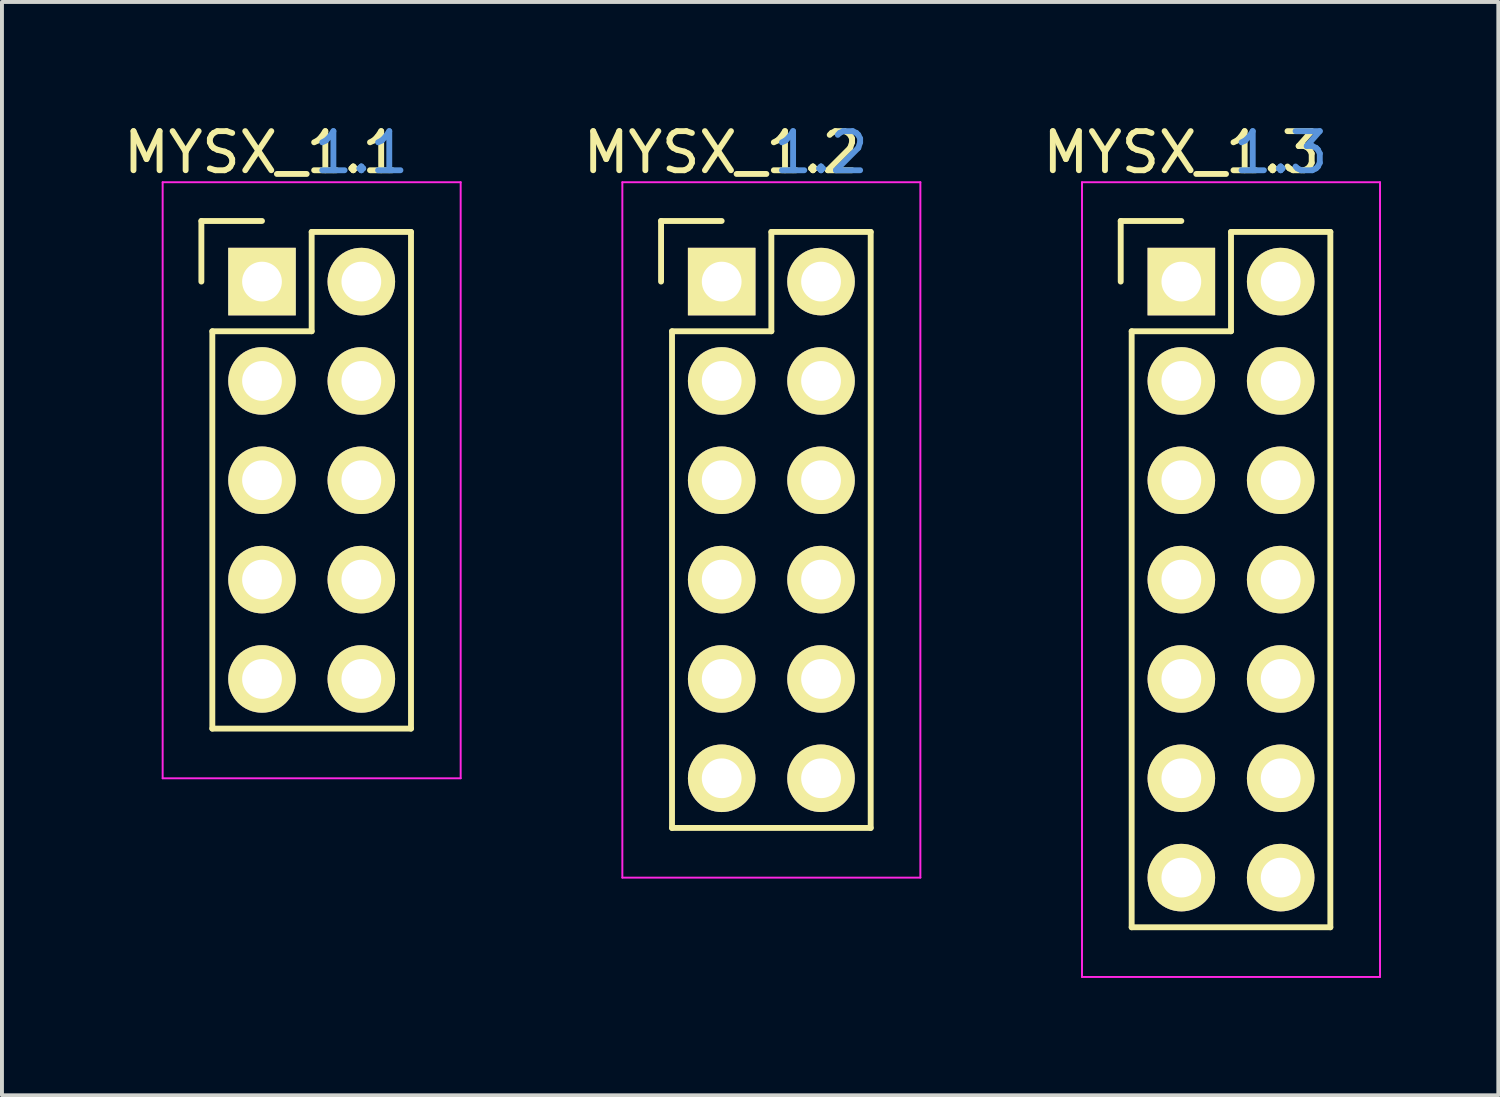
<source format=kicad_pcb>
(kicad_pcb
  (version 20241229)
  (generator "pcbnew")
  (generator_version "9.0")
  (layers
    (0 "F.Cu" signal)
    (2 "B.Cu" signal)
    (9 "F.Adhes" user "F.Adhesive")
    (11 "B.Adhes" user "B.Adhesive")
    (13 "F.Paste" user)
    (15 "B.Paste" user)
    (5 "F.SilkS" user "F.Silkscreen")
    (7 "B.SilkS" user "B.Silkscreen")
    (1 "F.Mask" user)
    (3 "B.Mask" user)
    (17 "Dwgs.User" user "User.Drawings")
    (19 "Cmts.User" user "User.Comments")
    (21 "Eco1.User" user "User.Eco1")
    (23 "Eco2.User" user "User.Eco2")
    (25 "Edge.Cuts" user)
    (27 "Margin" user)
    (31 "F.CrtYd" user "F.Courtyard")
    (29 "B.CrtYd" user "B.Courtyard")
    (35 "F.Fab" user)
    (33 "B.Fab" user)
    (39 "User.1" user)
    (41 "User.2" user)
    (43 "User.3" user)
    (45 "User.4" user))
  (footprint "MYSX_1.3"
    (layer "F.Cu")
    (at 27.156 4.15)
    (property "Reference" "MYSX_1.3" (at 0 -3.302 0) (layer "F.SilkS") (effects (font (size 1 1) (thickness 0.15))))
    (attr through_hole)
    (fp_line (start -1.55 -1.55) (end -1.55 0) (stroke (width 0.15) (type solid)) (layer "F.SilkS"))
    (fp_line (start -1.27 1.27) (end -1.27 16.51) (stroke (width 0.15) (type solid)) (layer "F.SilkS"))
    (fp_line (start -1.27 16.51) (end 3.81 16.51) (stroke (width 0.15) (type solid)) (layer "F.SilkS"))
    (fp_line (start 0 -1.55) (end -1.55 -1.55) (stroke (width 0.15) (type solid)) (layer "F.SilkS"))
    (fp_line (start 1.27 -1.27) (end 1.27 1.27) (stroke (width 0.15) (type solid)) (layer "F.SilkS"))
    (fp_line (start 1.27 1.27) (end -1.27 1.27) (stroke (width 0.15) (type solid)) (layer "F.SilkS"))
    (fp_line (start 3.81 -1.27) (end 1.27 -1.27) (stroke (width 0.15) (type solid)) (layer "F.SilkS"))
    (fp_line (start 3.81 16.51) (end 3.81 -1.27) (stroke (width 0.15) (type solid)) (layer "F.SilkS"))
    (fp_line (start -2.54 -2.54) (end -2.54 17.78) (stroke (width 0.05) (type solid)) (layer "F.CrtYd"))
    (fp_line (start -2.54 -2.54) (end 5.08 -2.54) (stroke (width 0.05) (type solid)) (layer "F.CrtYd"))
    (fp_line (start -2.54 17.78) (end 5.08 17.78) (stroke (width 0.05) (type solid)) (layer "F.CrtYd"))
    (fp_line (start 5.08 -2.54) (end 5.08 17.78) (stroke (width 0.05) (type solid)) (layer "F.CrtYd"))
    (fp_text user "1.3" (at 2.54 -3.302 0) (layer "Cmts.User") (effects (font (size 1 1) (thickness 0.15))))
    (pad "1" thru_hole rect (at 0 0) (size 1.727 1.727) (drill 1.016) (layers "*.Cu" "*.Mask" "F.SilkS"))
    (pad "2" thru_hole oval (at 2.54 0) (size 1.727 1.727) (drill 1.016) (layers "*.Cu" "*.Mask" "F.SilkS"))
    (pad "3" thru_hole oval (at 0 2.54) (size 1.727 1.727) (drill 1.016) (layers "*.Cu" "*.Mask" "F.SilkS"))
    (pad "4" thru_hole oval (at 2.54 2.54) (size 1.727 1.727) (drill 1.016) (layers "*.Cu" "*.Mask" "F.SilkS"))
    (pad "5" thru_hole oval (at 0 5.08) (size 1.727 1.727) (drill 1.016) (layers "*.Cu" "*.Mask" "F.SilkS"))
    (pad "6" thru_hole oval (at 2.54 5.08) (size 1.727 1.727) (drill 1.016) (layers "*.Cu" "*.Mask" "F.SilkS"))
    (pad "7" thru_hole oval (at 0 7.62) (size 1.727 1.727) (drill 1.016) (layers "*.Cu" "*.Mask" "F.SilkS"))
    (pad "8" thru_hole oval (at 2.54 7.62) (size 1.727 1.727) (drill 1.016) (layers "*.Cu" "*.Mask" "F.SilkS"))
    (pad "9" thru_hole oval (at 0 10.16) (size 1.727 1.727) (drill 1.016) (layers "*.Cu" "*.Mask" "F.SilkS"))
    (pad "10" thru_hole oval (at 2.54 10.16) (size 1.727 1.727) (drill 1.016) (layers "*.Cu" "*.Mask" "F.SilkS"))
    (pad "11" thru_hole oval (at 0 12.7) (size 1.727 1.727) (drill 1.016) (layers "*.Cu" "*.Mask" "F.SilkS"))
    (pad "12" thru_hole oval (at 2.54 12.7) (size 1.727 1.727) (drill 1.016) (layers "*.Cu" "*.Mask" "F.SilkS"))
    (pad "13" thru_hole oval (at 0 15.24) (size 1.727 1.727) (drill 1.016) (layers "*.Cu" "*.Mask" "F.SilkS"))
    (pad "14" thru_hole oval (at 2.54 15.24) (size 1.727 1.727) (drill 1.016) (layers "*.Cu" "*.Mask" "F.SilkS")))
  (footprint "MYSX_1.2"
    (layer "F.Cu")
    (at 15.403 4.15)
    (property "Reference" "MYSX_1.2" (at 0 -3.302 0) (layer "F.SilkS") (effects (font (size 1 1) (thickness 0.15))))
    (attr through_hole)
    (fp_line (start -1.55 -1.55) (end -1.55 0) (stroke (width 0.15) (type solid)) (layer "F.SilkS"))
    (fp_line (start -1.27 1.27) (end -1.27 13.97) (stroke (width 0.15) (type solid)) (layer "F.SilkS"))
    (fp_line (start -1.27 13.97) (end 3.81 13.97) (stroke (width 0.15) (type solid)) (layer "F.SilkS"))
    (fp_line (start 0 -1.55) (end -1.55 -1.55) (stroke (width 0.15) (type solid)) (layer "F.SilkS"))
    (fp_line (start 1.27 -1.27) (end 1.27 1.27) (stroke (width 0.15) (type solid)) (layer "F.SilkS"))
    (fp_line (start 1.27 1.27) (end -1.27 1.27) (stroke (width 0.15) (type solid)) (layer "F.SilkS"))
    (fp_line (start 3.81 -1.27) (end 1.27 -1.27) (stroke (width 0.15) (type solid)) (layer "F.SilkS"))
    (fp_line (start 3.81 13.97) (end 3.81 -1.27) (stroke (width 0.15) (type solid)) (layer "F.SilkS"))
    (fp_line (start -2.54 -2.54) (end -2.54 15.24) (stroke (width 0.05) (type solid)) (layer "F.CrtYd"))
    (fp_line (start -2.54 -2.54) (end 5.08 -2.54) (stroke (width 0.05) (type solid)) (layer "F.CrtYd"))
    (fp_line (start -2.54 15.24) (end 5.08 15.24) (stroke (width 0.05) (type solid)) (layer "F.CrtYd"))
    (fp_line (start 5.08 -2.54) (end 5.08 15.24) (stroke (width 0.05) (type solid)) (layer "F.CrtYd"))
    (fp_text user "1.2" (at 2.54 -3.302 0) (layer "Cmts.User") (effects (font (size 1 1) (thickness 0.15))))
    (pad "1" thru_hole rect (at 0 0) (size 1.727 1.727) (drill 1.016) (layers "*.Cu" "*.Mask" "F.SilkS"))
    (pad "2" thru_hole oval (at 2.54 0) (size 1.727 1.727) (drill 1.016) (layers "*.Cu" "*.Mask" "F.SilkS"))
    (pad "3" thru_hole oval (at 0 2.54) (size 1.727 1.727) (drill 1.016) (layers "*.Cu" "*.Mask" "F.SilkS"))
    (pad "4" thru_hole oval (at 2.54 2.54) (size 1.727 1.727) (drill 1.016) (layers "*.Cu" "*.Mask" "F.SilkS"))
    (pad "5" thru_hole oval (at 0 5.08) (size 1.727 1.727) (drill 1.016) (layers "*.Cu" "*.Mask" "F.SilkS"))
    (pad "6" thru_hole oval (at 2.54 5.08) (size 1.727 1.727) (drill 1.016) (layers "*.Cu" "*.Mask" "F.SilkS"))
    (pad "7" thru_hole oval (at 0 7.62) (size 1.727 1.727) (drill 1.016) (layers "*.Cu" "*.Mask" "F.SilkS"))
    (pad "8" thru_hole oval (at 2.54 7.62) (size 1.727 1.727) (drill 1.016) (layers "*.Cu" "*.Mask" "F.SilkS"))
    (pad "9" thru_hole oval (at 0 10.16) (size 1.727 1.727) (drill 1.016) (layers "*.Cu" "*.Mask" "F.SilkS"))
    (pad "10" thru_hole oval (at 2.54 10.16) (size 1.727 1.727) (drill 1.016) (layers "*.Cu" "*.Mask" "F.SilkS"))
    (pad "11" thru_hole oval (at 0 12.7) (size 1.727 1.727) (drill 1.016) (layers "*.Cu" "*.Mask" "F.SilkS"))
    (pad "12" thru_hole oval (at 2.54 12.7) (size 1.727 1.727) (drill 1.016) (layers "*.Cu" "*.Mask" "F.SilkS")))
  (footprint "MYSX_1.1"
    (layer "F.Cu")
    (at 3.649 4.15)
    (property "Reference" "MYSX_1.1" (at 0 -3.302 0) (layer "F.SilkS") (effects (font (size 1 1) (thickness 0.15))))
    (attr through_hole)
    (fp_line (start -1.55 -1.55) (end -1.55 0) (stroke (width 0.15) (type solid)) (layer "F.SilkS"))
    (fp_line (start -1.27 1.27) (end -1.27 11.43) (stroke (width 0.15) (type solid)) (layer "F.SilkS"))
    (fp_line (start -1.27 11.43) (end 3.81 11.43) (stroke (width 0.15) (type solid)) (layer "F.SilkS"))
    (fp_line (start 0 -1.55) (end -1.55 -1.55) (stroke (width 0.15) (type solid)) (layer "F.SilkS"))
    (fp_line (start 1.27 -1.27) (end 1.27 1.27) (stroke (width 0.15) (type solid)) (layer "F.SilkS"))
    (fp_line (start 1.27 1.27) (end -1.27 1.27) (stroke (width 0.15) (type solid)) (layer "F.SilkS"))
    (fp_line (start 3.81 -1.27) (end 1.27 -1.27) (stroke (width 0.15) (type solid)) (layer "F.SilkS"))
    (fp_line (start 3.81 11.43) (end 3.81 -1.27) (stroke (width 0.15) (type solid)) (layer "F.SilkS"))
    (fp_line (start -2.54 -2.54) (end -2.54 12.7) (stroke (width 0.05) (type solid)) (layer "F.CrtYd"))
    (fp_line (start -2.54 -2.54) (end 5.08 -2.54) (stroke (width 0.05) (type solid)) (layer "F.CrtYd"))
    (fp_line (start -2.54 12.7) (end 5.08 12.7) (stroke (width 0.05) (type solid)) (layer "F.CrtYd"))
    (fp_line (start 5.08 -2.54) (end 5.08 12.7) (stroke (width 0.05) (type solid)) (layer "F.CrtYd"))
    (fp_text user "1.1" (at 2.54 -3.302 0) (layer "Cmts.User") (effects (font (size 1 1) (thickness 0.15))))
    (pad "1" thru_hole rect (at 0 0) (size 1.727 1.727) (drill 1.016) (layers "*.Cu" "*.Mask" "F.SilkS"))
    (pad "2" thru_hole oval (at 2.54 0) (size 1.727 1.727) (drill 1.016) (layers "*.Cu" "*.Mask" "F.SilkS"))
    (pad "3" thru_hole oval (at 0 2.54) (size 1.727 1.727) (drill 1.016) (layers "*.Cu" "*.Mask" "F.SilkS"))
    (pad "4" thru_hole oval (at 2.54 2.54) (size 1.727 1.727) (drill 1.016) (layers "*.Cu" "*.Mask" "F.SilkS"))
    (pad "5" thru_hole oval (at 0 5.08) (size 1.727 1.727) (drill 1.016) (layers "*.Cu" "*.Mask" "F.SilkS"))
    (pad "6" thru_hole oval (at 2.54 5.08) (size 1.727 1.727) (drill 1.016) (layers "*.Cu" "*.Mask" "F.SilkS"))
    (pad "7" thru_hole oval (at 0 7.62) (size 1.727 1.727) (drill 1.016) (layers "*.Cu" "*.Mask" "F.SilkS"))
    (pad "8" thru_hole oval (at 2.54 7.62) (size 1.727 1.727) (drill 1.016) (layers "*.Cu" "*.Mask" "F.SilkS"))
    (pad "9" thru_hole oval (at 0 10.16) (size 1.727 1.727) (drill 1.016) (layers "*.Cu" "*.Mask" "F.SilkS"))
    (pad "10" thru_hole oval (at 2.54 10.16) (size 1.727 1.727) (drill 1.016) (layers "*.Cu" "*.Mask" "F.SilkS")))
  (gr_rect
    (start -3 -3)
    (end 35.261 24.955)
    (stroke (width 0.1) (type default))
    (fill no)
    (layer "Edge.Cuts")))
</source>
